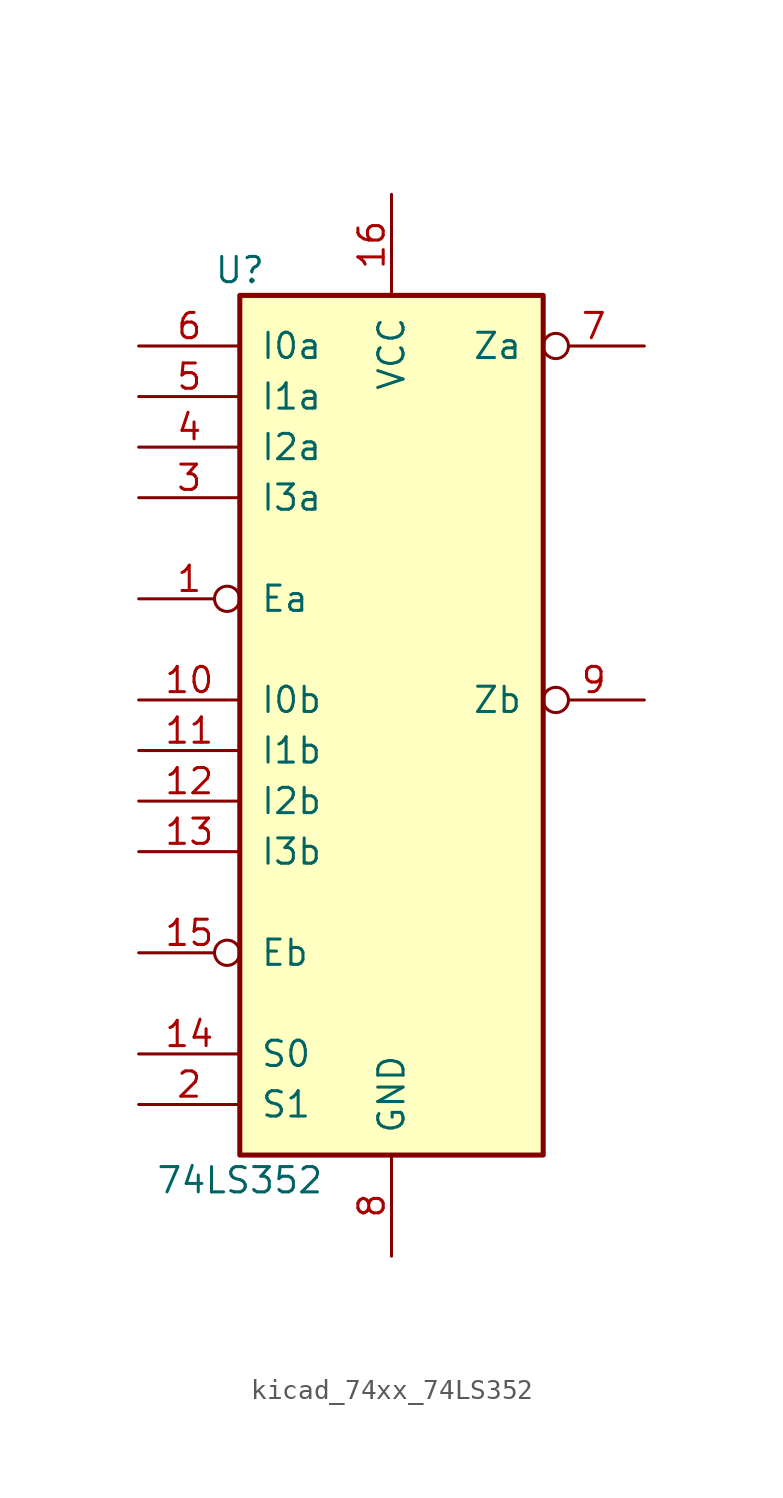
<source format=kicad_sym>
(kicad_symbol_lib
  (version 20220914)
  (generator kicad_symbol_editor)
  (symbol "kicad_74xx_74LS352"
    (pin_names
      (offset 1.016))
    (property "Reference" "U"
      (at -7.62 21.59 0)
      (effects (font (size 1.27 1.27))))
    (property "Value" "74LS352"
      (at -7.62 -24.13 0)
      (effects (font (size 1.27 1.27))))
    (property "ki_locked" ""
      (at 0 0 0)
      (effects (font (size 1.27 1.27))))
    (symbol "kicad_74xx_74LS352_1_0"
      (pin input inverted (at -12.7 5.08 0) (length 5.08) (name "Ea" (effects (font (size 1.27 1.27)))) (number "1" (effects (font (size 1.27 1.27)))))
      (pin input line (at -12.7 0 0) (length 5.08) (name "I0b" (effects (font (size 1.27 1.27)))) (number "10" (effects (font (size 1.27 1.27)))))
      (pin input line (at -12.7 -2.54 0) (length 5.08) (name "I1b" (effects (font (size 1.27 1.27)))) (number "11" (effects (font (size 1.27 1.27)))))
      (pin input line (at -12.7 -5.08 0) (length 5.08) (name "I2b" (effects (font (size 1.27 1.27)))) (number "12" (effects (font (size 1.27 1.27)))))
      (pin input line (at -12.7 -7.62 0) (length 5.08) (name "I3b" (effects (font (size 1.27 1.27)))) (number "13" (effects (font (size 1.27 1.27)))))
      (pin input line (at -12.7 -17.78 0) (length 5.08) (name "S0" (effects (font (size 1.27 1.27)))) (number "14" (effects (font (size 1.27 1.27)))))
      (pin input inverted (at -12.7 -12.7 0) (length 5.08) (name "Eb" (effects (font (size 1.27 1.27)))) (number "15" (effects (font (size 1.27 1.27)))))
      (pin power_in line (at 0 25.4 270) (length 5.08) (name "VCC" (effects (font (size 1.27 1.27)))) (number "16" (effects (font (size 1.27 1.27)))))
      (pin input line (at -12.7 -20.32 0) (length 5.08) (name "S1" (effects (font (size 1.27 1.27)))) (number "2" (effects (font (size 1.27 1.27)))))
      (pin input line (at -12.7 10.16 0) (length 5.08) (name "I3a" (effects (font (size 1.27 1.27)))) (number "3" (effects (font (size 1.27 1.27)))))
      (pin input line (at -12.7 12.7 0) (length 5.08) (name "I2a" (effects (font (size 1.27 1.27)))) (number "4" (effects (font (size 1.27 1.27)))))
      (pin input line (at -12.7 15.24 0) (length 5.08) (name "I1a" (effects (font (size 1.27 1.27)))) (number "5" (effects (font (size 1.27 1.27)))))
      (pin input line (at -12.7 17.78 0) (length 5.08) (name "I0a" (effects (font (size 1.27 1.27)))) (number "6" (effects (font (size 1.27 1.27)))))
      (pin output inverted (at 12.7 17.78 180) (length 5.08) (name "Za" (effects (font (size 1.27 1.27)))) (number "7" (effects (font (size 1.27 1.27)))))
      (pin power_in line (at 0 -27.94 90) (length 5.08) (name "GND" (effects (font (size 1.27 1.27)))) (number "8" (effects (font (size 1.27 1.27)))))
      (pin output inverted (at 12.7 0 180) (length 5.08) (name "Zb" (effects (font (size 1.27 1.27)))) (number "9" (effects (font (size 1.27 1.27))))))
    (symbol "kicad_74xx_74LS352_1_1"
      (rectangle (start -7.62 20.32) (end 7.62 -22.86) (stroke (width 0.254) (type default)) (fill (type background))))))
</source>
